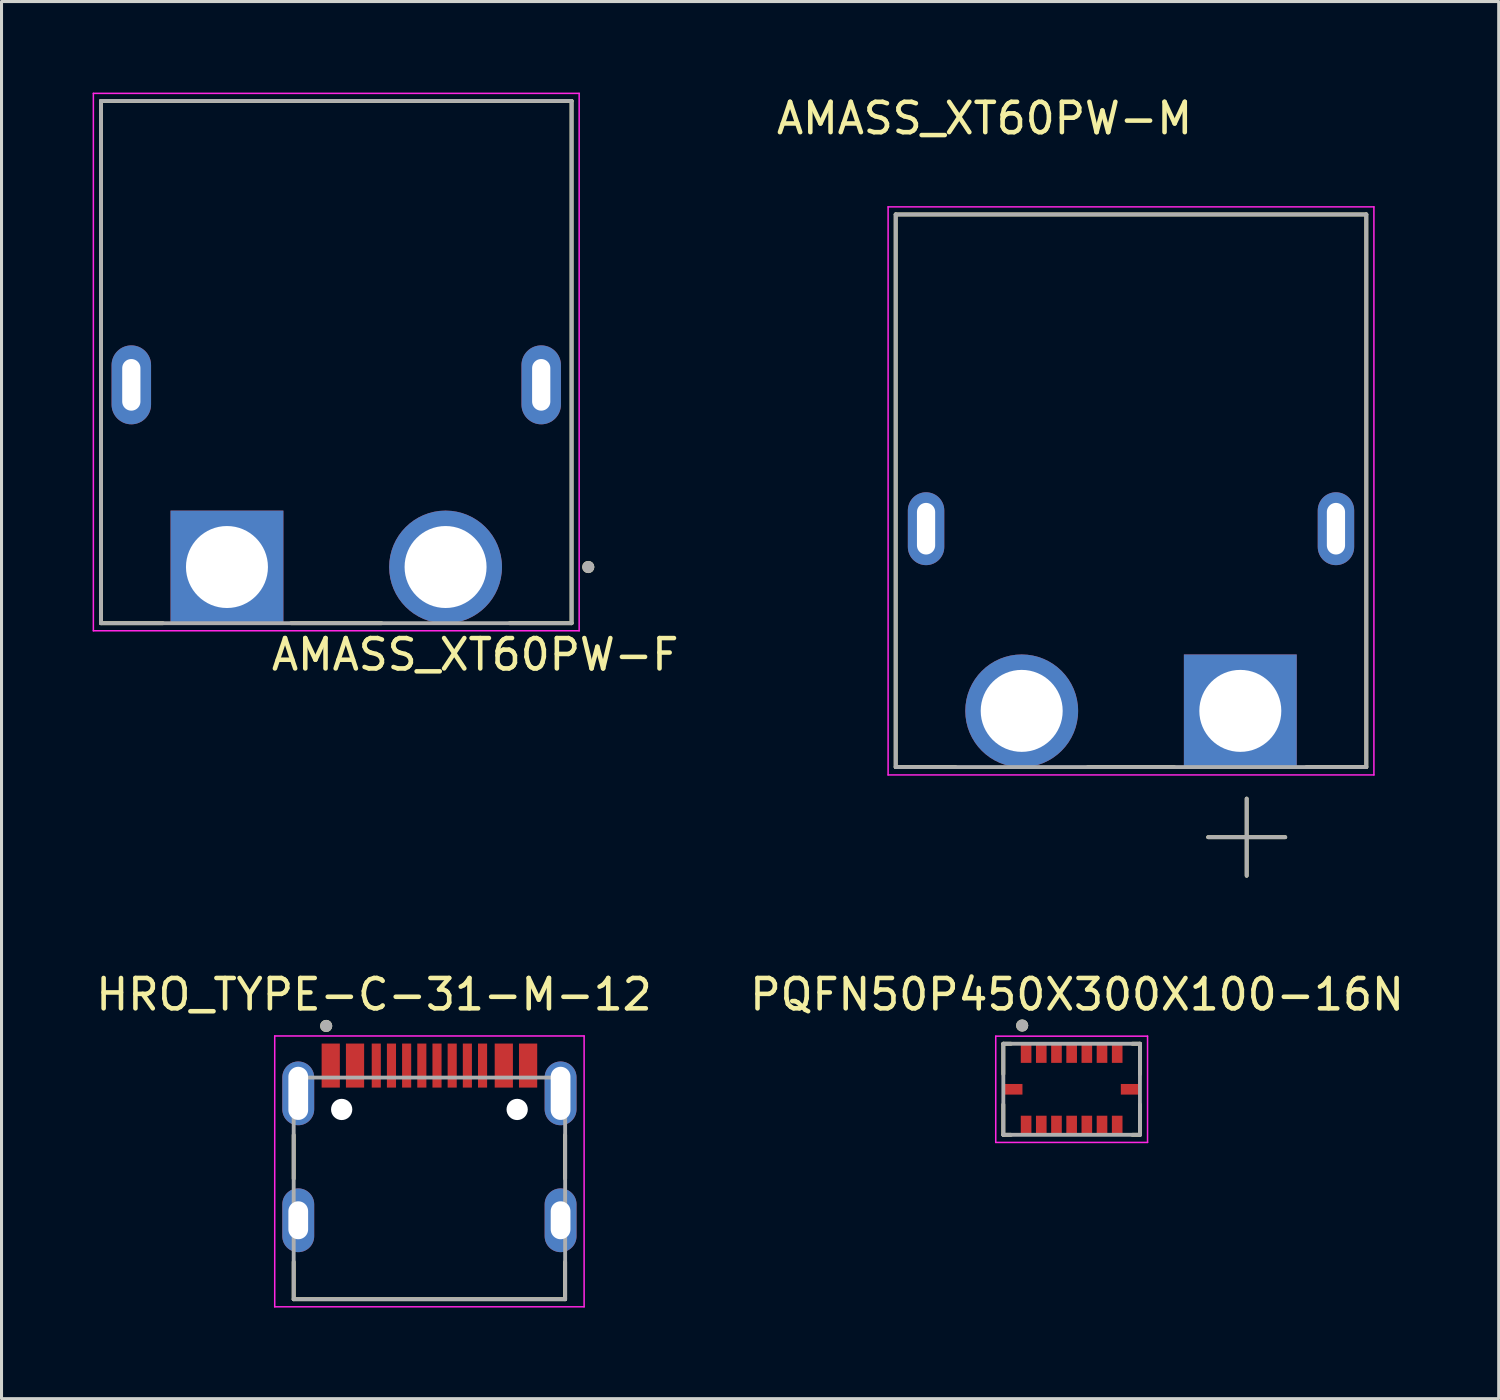
<source format=kicad_pcb>
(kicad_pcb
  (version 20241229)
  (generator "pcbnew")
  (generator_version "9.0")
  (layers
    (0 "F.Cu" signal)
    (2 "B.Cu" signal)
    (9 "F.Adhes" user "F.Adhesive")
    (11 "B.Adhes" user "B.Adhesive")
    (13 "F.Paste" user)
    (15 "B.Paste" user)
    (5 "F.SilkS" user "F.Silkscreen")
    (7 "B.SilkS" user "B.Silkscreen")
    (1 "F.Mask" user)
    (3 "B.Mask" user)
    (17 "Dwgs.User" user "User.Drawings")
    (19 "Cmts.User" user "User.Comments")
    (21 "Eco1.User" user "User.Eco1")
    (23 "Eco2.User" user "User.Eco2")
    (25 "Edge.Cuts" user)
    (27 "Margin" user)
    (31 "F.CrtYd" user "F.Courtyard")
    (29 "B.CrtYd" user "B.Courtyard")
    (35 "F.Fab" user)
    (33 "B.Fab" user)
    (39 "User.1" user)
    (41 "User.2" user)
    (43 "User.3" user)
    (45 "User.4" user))
  (footprint "AMASS_XT60PW-M"
    (layer "F.Cu")
    (at 34.2 14.363)
    (property "Reference" "AMASS_XT60PW-M" (at -4.824 -13.515 0) (layer "F.SilkS") (effects (font (size 1 1) (thickness 0.15))))
    (attr through_hole)
    (fp_line (start -7.75 -10.35) (end -7.75 7.85) (stroke (width 0.127) (type solid)) (layer "F.SilkS"))
    (fp_line (start -7.75 7.85) (end -5.778 7.85) (stroke (width 0.127) (type solid)) (layer "F.SilkS"))
    (fp_line (start -1.422 7.85) (end 1.422 7.85) (stroke (width 0.127) (type solid)) (layer "F.SilkS"))
    (fp_line (start 2.54 10.16) (end 3.81 10.16) (stroke (width 0.127) (type solid)) (layer "F.SilkS"))
    (fp_line (start 3.81 10.16) (end 3.81 8.89) (stroke (width 0.127) (type solid)) (layer "F.SilkS"))
    (fp_line (start 3.81 10.16) (end 3.81 11.43) (stroke (width 0.127) (type solid)) (layer "F.SilkS"))
    (fp_line (start 5.08 10.16) (end 3.81 10.16) (stroke (width 0.127) (type solid)) (layer "F.SilkS"))
    (fp_line (start 7.75 -10.35) (end -7.75 -10.35) (stroke (width 0.127) (type solid)) (layer "F.SilkS"))
    (fp_line (start 7.75 7.85) (end 5.778 7.85) (stroke (width 0.127) (type solid)) (layer "F.SilkS"))
    (fp_line (start 7.75 7.85) (end 7.75 -10.35) (stroke (width 0.127) (type solid)) (layer "F.SilkS"))
    (fp_line (start -8 -10.6) (end -8 8.11) (stroke (width 0.05) (type solid)) (layer "F.CrtYd"))
    (fp_line (start -8 8.11) (end 8 8.11) (stroke (width 0.05) (type solid)) (layer "F.CrtYd"))
    (fp_line (start 8 -10.6) (end -8 -10.6) (stroke (width 0.05) (type solid)) (layer "F.CrtYd"))
    (fp_line (start 8 8.11) (end 8 -10.6) (stroke (width 0.05) (type solid)) (layer "F.CrtYd"))
    (fp_line (start -7.75 -10.35) (end -7.75 7.85) (stroke (width 0.127) (type solid)) (layer "F.Fab"))
    (fp_line (start -7.75 7.85) (end 7.75 7.85) (stroke (width 0.127) (type solid)) (layer "F.Fab"))
    (fp_line (start 2.54 10.16) (end 3.81 10.16) (stroke (width 0.127) (type solid)) (layer "F.Fab"))
    (fp_line (start 3.81 10.16) (end 3.81 8.89) (stroke (width 0.127) (type solid)) (layer "F.Fab"))
    (fp_line (start 3.81 10.16) (end 3.81 11.43) (stroke (width 0.127) (type solid)) (layer "F.Fab"))
    (fp_line (start 5.08 10.16) (end 3.81 10.16) (stroke (width 0.127) (type solid)) (layer "F.Fab"))
    (fp_line (start 7.75 -10.35) (end -7.75 -10.35) (stroke (width 0.127) (type solid)) (layer "F.Fab"))
    (fp_line (start 7.75 7.85) (end 7.75 -10.35) (stroke (width 0.127) (type solid)) (layer "F.Fab"))
    (pad "1" thru_hole rect (at 3.6 6) (size 3.716 3.716) (drill 2.7) (layers "*.Cu" "*.Mask"))
    (pad "2" thru_hole circle (at -3.6 6) (size 3.716 3.716) (drill 2.7) (layers "*.Cu" "*.Mask"))
    (pad "S1" thru_hole oval (at 6.75 0) (size 1.2 2.4) (drill oval 0.6 1.7) (layers "*.Cu" "*.Mask"))
    (pad "S2" thru_hole oval (at -6.75 0) (size 1.2 2.4) (drill oval 0.6 1.7) (layers "*.Cu" "*.Mask")))
  (footprint "HRO_TYPE-C-31-M-12"
    (layer "F.Cu")
    (at 11.093 37.14)
    (property "Reference" "HRO_TYPE-C-31-M-12" (at -1.825 -7.435 0) (layer "F.SilkS") (effects (font (size 1 1) (thickness 0.15))))
    (attr through_hole)
    (fp_line (start -4.47 -2.81) (end -4.47 -1.37) (stroke (width 0.127) (type solid)) (layer "F.SilkS"))
    (fp_line (start -4.47 2.6) (end -4.47 1.37) (stroke (width 0.127) (type solid)) (layer "F.SilkS"))
    (fp_line (start 4.47 -2.81) (end 4.47 -1.37) (stroke (width 0.127) (type solid)) (layer "F.SilkS"))
    (fp_line (start 4.47 1.37) (end 4.47 2.6) (stroke (width 0.127) (type solid)) (layer "F.SilkS"))
    (fp_line (start 4.47 2.6) (end -4.47 2.6) (stroke (width 0.127) (type solid)) (layer "F.SilkS"))
    (fp_circle (center -3.4 -6.4) (end -3.3 -6.4) (stroke (width 0.2) (type solid)) (fill no) (layer "F.SilkS"))
    (fp_line (start -5.095 -6.07) (end -5.095 2.85) (stroke (width 0.05) (type solid)) (layer "F.CrtYd"))
    (fp_line (start -5.095 2.85) (end 5.095 2.85) (stroke (width 0.05) (type solid)) (layer "F.CrtYd"))
    (fp_line (start 5.095 -6.07) (end -5.095 -6.07) (stroke (width 0.05) (type solid)) (layer "F.CrtYd"))
    (fp_line (start 5.095 2.85) (end 5.095 -6.07) (stroke (width 0.05) (type solid)) (layer "F.CrtYd"))
    (fp_line (start -4.47 -4.7) (end -4.47 2.6) (stroke (width 0.127) (type solid)) (layer "F.Fab"))
    (fp_line (start -4.47 2.6) (end 4.47 2.6) (stroke (width 0.127) (type solid)) (layer "F.Fab"))
    (fp_line (start 4.47 -4.7) (end -4.47 -4.7) (stroke (width 0.127) (type solid)) (layer "F.Fab"))
    (fp_line (start 4.47 2.6) (end 4.47 -4.7) (stroke (width 0.127) (type solid)) (layer "F.Fab"))
    (fp_circle (center -3.4 -6.4) (end -3.3 -6.4) (stroke (width 0.2) (type solid)) (fill no) (layer "F.Fab"))
    (pad "" np_thru_hole circle (at -2.89 -3.65) (size 0.7 0.7) (drill 0.7) (layers "*.Cu" "*.Mask"))
    (pad "" np_thru_hole circle (at 2.89 -3.65) (size 0.7 0.7) (drill 0.7) (layers "*.Cu" "*.Mask"))
    (pad "A1B12" smd rect (at -3.25 -5.095) (size 0.6 1.45) (layers "F.Cu" "F.Mask" "F.Paste"))
    (pad "A4B9" smd rect (at -2.45 -5.095) (size 0.6 1.45) (layers "F.Cu" "F.Mask" "F.Paste"))
    (pad "A5" smd rect (at -1.25 -5.095) (size 0.3 1.45) (layers "F.Cu" "F.Mask" "F.Paste"))
    (pad "A6" smd rect (at -0.25 -5.095) (size 0.3 1.45) (layers "F.Cu" "F.Mask" "F.Paste"))
    (pad "A7" smd rect (at 0.25 -5.095) (size 0.3 1.45) (layers "F.Cu" "F.Mask" "F.Paste"))
    (pad "A8" smd rect (at 1.25 -5.095) (size 0.3 1.45) (layers "F.Cu" "F.Mask" "F.Paste"))
    (pad "B1A12" smd rect (at 3.25 -5.095) (size 0.6 1.45) (layers "F.Cu" "F.Mask" "F.Paste"))
    (pad "B4A9" smd rect (at 2.45 -5.095) (size 0.6 1.45) (layers "F.Cu" "F.Mask" "F.Paste"))
    (pad "B5" smd rect (at 1.75 -5.095) (size 0.3 1.45) (layers "F.Cu" "F.Mask" "F.Paste"))
    (pad "B6" smd rect (at 0.75 -5.095) (size 0.3 1.45) (layers "F.Cu" "F.Mask" "F.Paste"))
    (pad "B7" smd rect (at -0.75 -5.095) (size 0.3 1.45) (layers "F.Cu" "F.Mask" "F.Paste"))
    (pad "B8" smd rect (at -1.75 -5.095) (size 0.3 1.45) (layers "F.Cu" "F.Mask" "F.Paste"))
    (pad "S1" thru_hole oval (at -4.32 -4.18) (size 1.05 2.1) (drill oval 0.65 1.75) (layers "*.Cu" "*.Mask"))
    (pad "S2" thru_hole oval (at 4.32 -4.18) (size 1.05 2.1) (drill oval 0.65 1.75) (layers "*.Cu" "*.Mask"))
    (pad "S3" thru_hole oval (at -4.32 0) (size 1.05 2.1) (drill oval 0.65 1.25) (layers "*.Cu" "*.Mask"))
    (pad "S4" thru_hole oval (at 4.32 0) (size 1.05 2.1) (drill oval 0.65 1.25) (layers "*.Cu" "*.Mask")))
  (footprint "PQFN50P450X300X100-16N"
    (layer "F.Cu")
    (at 32.245 32.826)
    (property "Reference" "PQFN50P450X300X100-16N" (at 0.178 -3.121 0) (layer "F.SilkS") (effects (font (size 1 1) (thickness 0.15))))
    (attr through_hole)
    (fp_line (start -2.25 -1.5) (end -2 -1.5) (stroke (width 0.127) (type solid)) (layer "F.SilkS"))
    (fp_line (start -2.25 -0.5) (end -2.25 -1.5) (stroke (width 0.127) (type solid)) (layer "F.SilkS"))
    (fp_line (start -2.25 1.5) (end -2.25 0.5) (stroke (width 0.127) (type solid)) (layer "F.SilkS"))
    (fp_line (start -2 1.5) (end -2.25 1.5) (stroke (width 0.127) (type solid)) (layer "F.SilkS"))
    (fp_line (start 2.25 -1.5) (end 2 -1.5) (stroke (width 0.127) (type solid)) (layer "F.SilkS"))
    (fp_line (start 2.25 -0.5) (end 2.25 -1.5) (stroke (width 0.127) (type solid)) (layer "F.SilkS"))
    (fp_line (start 2.25 0.5) (end 2.25 1.5) (stroke (width 0.127) (type solid)) (layer "F.SilkS"))
    (fp_line (start 2.25 1.5) (end 2 1.5) (stroke (width 0.127) (type solid)) (layer "F.SilkS"))
    (fp_circle (center -1.629 -2.1) (end -1.529 -2.1) (stroke (width 0.2) (type solid)) (fill no) (layer "F.SilkS"))
    (fp_line (start -2.5 -1.75) (end 2.5 -1.75) (stroke (width 0.05) (type solid)) (layer "F.CrtYd"))
    (fp_line (start -2.5 1.75) (end -2.5 -1.75) (stroke (width 0.05) (type solid)) (layer "F.CrtYd"))
    (fp_line (start 2.5 -1.75) (end 2.5 1.75) (stroke (width 0.05) (type solid)) (layer "F.CrtYd"))
    (fp_line (start 2.5 1.75) (end -2.5 1.75) (stroke (width 0.05) (type solid)) (layer "F.CrtYd"))
    (fp_line (start -2.25 -1.5) (end 2.25 -1.5) (stroke (width 0.127) (type solid)) (layer "F.Fab"))
    (fp_line (start -2.25 1.5) (end -2.25 -1.5) (stroke (width 0.127) (type solid)) (layer "F.Fab"))
    (fp_line (start 2.25 -1.5) (end 2.25 1.5) (stroke (width 0.127) (type solid)) (layer "F.Fab"))
    (fp_line (start 2.25 1.5) (end -2.25 1.5) (stroke (width 0.127) (type solid)) (layer "F.Fab"))
    (fp_circle (center -1.629 -2.1) (end -1.529 -2.1) (stroke (width 0.2) (type solid)) (fill no) (layer "F.Fab"))
    (pad "1" smd rect (at -1.5 -1.165 270) (size 0.59 0.35) (layers "F.Cu" "F.Mask" "F.Paste"))
    (pad "2" smd rect (at -1 -1.165 270) (size 0.59 0.35) (layers "F.Cu" "F.Mask" "F.Paste"))
    (pad "3" smd rect (at -0.5 -1.165 270) (size 0.59 0.35) (layers "F.Cu" "F.Mask" "F.Paste"))
    (pad "4" smd rect (at 0 -1.165 270) (size 0.59 0.35) (layers "F.Cu" "F.Mask" "F.Paste"))
    (pad "5" smd rect (at 0.5 -1.165 270) (size 0.59 0.35) (layers "F.Cu" "F.Mask" "F.Paste"))
    (pad "6" smd rect (at 1 -1.165 270) (size 0.59 0.35) (layers "F.Cu" "F.Mask" "F.Paste"))
    (pad "7" smd rect (at 1.5 -1.165 270) (size 0.59 0.35) (layers "F.Cu" "F.Mask" "F.Paste"))
    (pad "8" smd rect (at 1.915 0 180) (size 0.59 0.35) (layers "F.Cu" "F.Mask" "F.Paste"))
    (pad "9" smd rect (at 1.5 1.165 90) (size 0.59 0.35) (layers "F.Cu" "F.Mask" "F.Paste"))
    (pad "10" smd rect (at 1 1.165 90) (size 0.59 0.35) (layers "F.Cu" "F.Mask" "F.Paste"))
    (pad "11" smd rect (at 0.5 1.165 90) (size 0.59 0.35) (layers "F.Cu" "F.Mask" "F.Paste"))
    (pad "12" smd rect (at 0 1.165 90) (size 0.59 0.35) (layers "F.Cu" "F.Mask" "F.Paste"))
    (pad "13" smd rect (at -0.5 1.165 90) (size 0.59 0.35) (layers "F.Cu" "F.Mask" "F.Paste"))
    (pad "14" smd rect (at -1 1.165 90) (size 0.59 0.35) (layers "F.Cu" "F.Mask" "F.Paste"))
    (pad "15" smd rect (at -1.5 1.165 90) (size 0.59 0.35) (layers "F.Cu" "F.Mask" "F.Paste"))
    (pad "16" smd rect (at -1.915 0) (size 0.59 0.35) (layers "F.Cu" "F.Mask" "F.Paste")))
  (footprint "AMASS_XT60PW-F"
    (layer "F.Cu")
    (at 8.175 9.465)
    (property "Reference" "AMASS_XT60PW-F" (at 4.425 9.045 180) (layer "F.SilkS") (effects (font (size 1 1) (thickness 0.15))))
    (attr through_hole)
    (fp_line (start -7.9 -9.19) (end 7.6 -9.19) (stroke (width 0.127) (type solid)) (layer "F.SilkS"))
    (fp_line (start -7.9 8.01) (end -7.9 -9.19) (stroke (width 0.127) (type solid)) (layer "F.SilkS"))
    (fp_line (start -5.86 8.01) (end -7.9 8.01) (stroke (width 0.127) (type solid)) (layer "F.SilkS"))
    (fp_line (start 1.34 8.01) (end -1.64 8.01) (stroke (width 0.127) (type solid)) (layer "F.SilkS"))
    (fp_line (start 7.6 -9.19) (end 7.6 8.01) (stroke (width 0.127) (type solid)) (layer "F.SilkS"))
    (fp_line (start 7.6 8.01) (end 5.56 8.01) (stroke (width 0.127) (type solid)) (layer "F.SilkS"))
    (fp_circle (center 8.15 6.16) (end 8.05 6.16) (stroke (width 0.2) (type solid)) (fill no) (layer "F.SilkS"))
    (fp_line (start -8.15 -9.44) (end 7.85 -9.44) (stroke (width 0.05) (type solid)) (layer "F.CrtYd"))
    (fp_line (start -8.15 8.26) (end -8.15 -9.44) (stroke (width 0.05) (type solid)) (layer "F.CrtYd"))
    (fp_line (start 7.85 -9.44) (end 7.85 8.26) (stroke (width 0.05) (type solid)) (layer "F.CrtYd"))
    (fp_line (start 7.85 8.26) (end -8.15 8.26) (stroke (width 0.05) (type solid)) (layer "F.CrtYd"))
    (fp_line (start -7.9 -9.19) (end 7.6 -9.19) (stroke (width 0.127) (type solid)) (layer "F.Fab"))
    (fp_line (start -7.9 8.01) (end -7.9 -9.19) (stroke (width 0.127) (type solid)) (layer "F.Fab"))
    (fp_line (start 7.6 -9.19) (end 7.6 8.01) (stroke (width 0.127) (type solid)) (layer "F.Fab"))
    (fp_line (start 7.6 8.01) (end -7.9 8.01) (stroke (width 0.127) (type solid)) (layer "F.Fab"))
    (fp_circle (center 8.15 6.16) (end 8.05 6.16) (stroke (width 0.2) (type solid)) (fill no) (layer "F.Fab"))
    (pad "1" thru_hole rect (at -3.75 6.16 180) (size 3.716 3.716) (drill oval 2.7) (layers "*.Cu" "*.Mask"))
    (pad "2" thru_hole oval (at 3.45 6.16 180) (size 3.716 3.716) (drill 2.7) (layers "*.Cu" "*.Mask"))
    (pad "SH" thru_hole oval (at -6.9 0.16 180) (size 1.3 2.6) (drill oval 0.6 1.7) (layers "*.Cu" "*.Mask"))
    (pad "SH" thru_hole oval (at 6.6 0.16 180) (size 1.3 2.6) (drill oval 0.6 1.7) (layers "*.Cu" "*.Mask")))
  (gr_rect
    (start -3 -3)
    (end 46.31 43.015)
    (stroke (width 0.1) (type default))
    (fill no)
    (layer "Edge.Cuts")))
</source>
